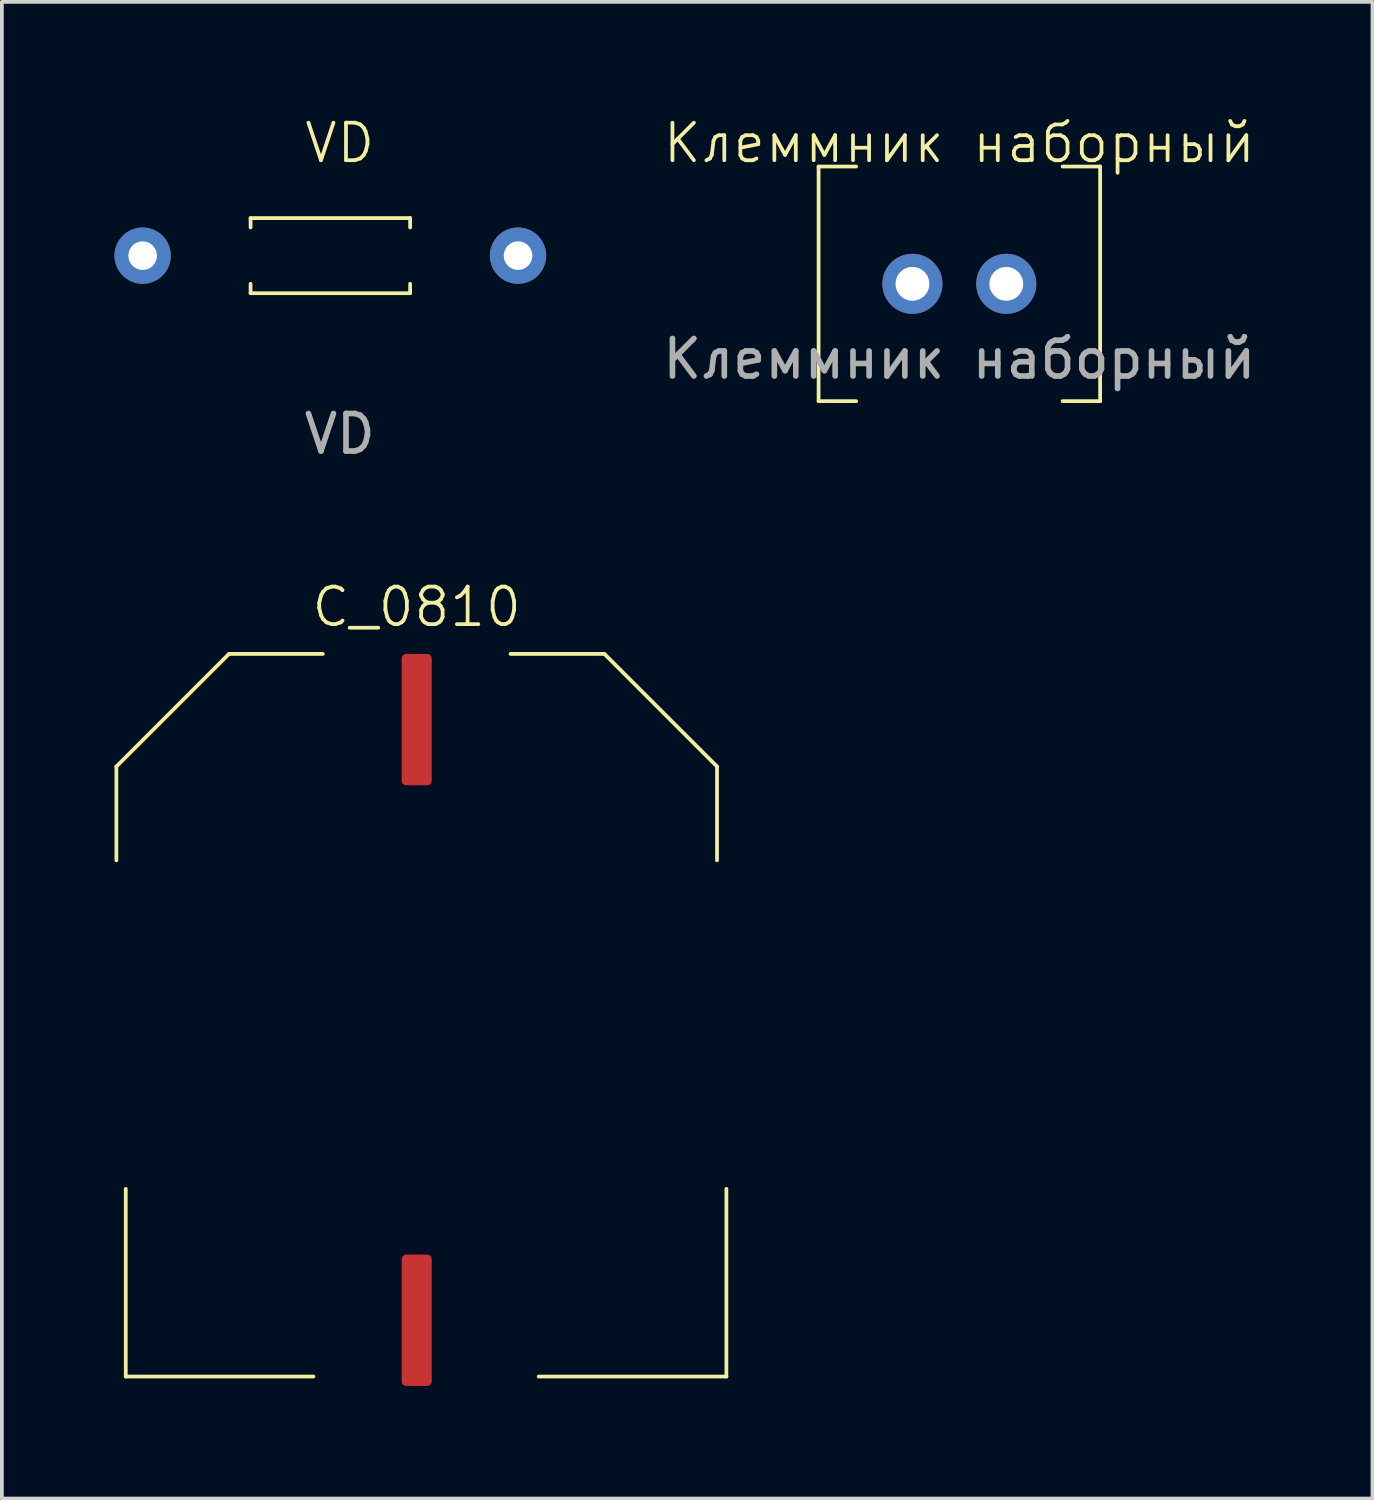
<source format=kicad_pcb>
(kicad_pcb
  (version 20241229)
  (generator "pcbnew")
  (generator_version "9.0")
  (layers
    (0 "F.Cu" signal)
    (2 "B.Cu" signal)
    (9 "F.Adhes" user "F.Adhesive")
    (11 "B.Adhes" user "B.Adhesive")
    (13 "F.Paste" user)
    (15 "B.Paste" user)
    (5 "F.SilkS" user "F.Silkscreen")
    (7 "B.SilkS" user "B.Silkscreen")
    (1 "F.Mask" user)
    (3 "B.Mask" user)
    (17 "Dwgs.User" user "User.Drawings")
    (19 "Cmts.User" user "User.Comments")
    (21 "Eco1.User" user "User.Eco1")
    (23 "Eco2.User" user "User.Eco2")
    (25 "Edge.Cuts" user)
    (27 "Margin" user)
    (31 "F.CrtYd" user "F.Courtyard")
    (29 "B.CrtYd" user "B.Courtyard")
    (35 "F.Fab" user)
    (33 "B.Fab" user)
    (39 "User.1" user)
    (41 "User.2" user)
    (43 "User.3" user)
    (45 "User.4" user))
  (footprint "VD"
    (layer "F.Cu")
    (at 6 3.76)
    (property "Reference" "VD" (at 0 -3 0) (unlocked yes) (layer "F.SilkS") (effects (font (size 1 1) (thickness 0.1))))
    (attr smd)
    (fp_line (start -2.375 -1) (end -2.375 -0.75) (stroke (width 0.1) (type default)) (layer "F.SilkS"))
    (fp_line (start -2.375 0.75) (end -2.375 1) (stroke (width 0.1) (type default)) (layer "F.SilkS"))
    (fp_line (start -2.375 1) (end 1.875 1) (stroke (width 0.1) (type default)) (layer "F.SilkS"))
    (fp_line (start 1.875 -1) (end -2.375 -1) (stroke (width 0.1) (type default)) (layer "F.SilkS"))
    (fp_line (start 1.875 -0.75) (end 1.875 -1) (stroke (width 0.1) (type default)) (layer "F.SilkS"))
    (fp_line (start 1.875 1) (end 1.875 0.75) (stroke (width 0.1) (type default)) (layer "F.SilkS"))
    (fp_text user "${REFERENCE}" (at 0 4.75 0) (unlocked yes) (layer "F.Fab") (effects (font (size 1 1) (thickness 0.15))))
    (pad "1" thru_hole circle (at -5.25 0) (size 1.5 1.5) (drill 0.762) (layers "*.Cu" "*.Mask"))
    (pad "2" thru_hole circle (at 4.75 0) (size 1.5 1.5) (drill 0.762) (layers "*.Cu" "*.Mask")))
  (footprint "Клеммник наборный"
    (layer "F.Cu")
    (at 22.506 4.511)
    (property "Reference" "Клеммник наборный" (at 0 -3.75 0) (unlocked yes) (layer "F.SilkS") (effects (font (size 1 1) (thickness 0.1))))
    (attr smd)
    (fp_line (start -3.75 -3.125) (end -3.75 3.125) (stroke (width 0.1) (type default)) (layer "F.SilkS"))
    (fp_line (start -3.75 -3.125) (end -2.75 -3.125) (stroke (width 0.1) (type default)) (layer "F.SilkS"))
    (fp_line (start -3.75 3.125) (end -2.75 3.125) (stroke (width 0.1) (type default)) (layer "F.SilkS"))
    (fp_line (start 3.75 -3.125) (end 2.75 -3.125) (stroke (width 0.1) (type default)) (layer "F.SilkS"))
    (fp_line (start 3.75 3.125) (end 2.75 3.125) (stroke (width 0.1) (type default)) (layer "F.SilkS"))
    (fp_line (start 3.75 3.125) (end 3.75 -3.125) (stroke (width 0.1) (type default)) (layer "F.SilkS"))
    (fp_text user "${REFERENCE}" (at 0 2 0) (unlocked yes) (layer "F.Fab") (effects (font (size 1 1) (thickness 0.15))))
    (pad "1" thru_hole circle (at -1.25 0) (size 1.6 1.6) (drill 0.9) (layers "*.Cu" "*.Mask"))
    (pad "2" thru_hole circle (at 1.25 0) (size 1.6 1.6) (drill 0.9) (layers "*.Cu" "*.Mask")))
  (footprint "С_0810"
    (layer "F.Cu")
    (at 8.05 24.119)
    (property "Reference" "С_0810" (at 0 -11 0) (unlocked yes) (layer "F.SilkS") (effects (font (size 1 1) (thickness 0.1))))
    (attr smd)
    (fp_line (start -8 -6.75) (end -8 -4.25) (stroke (width 0.1) (type default)) (layer "F.SilkS"))
    (fp_line (start -8 -6.75) (end -5 -9.75) (stroke (width 0.1) (type default)) (layer "F.SilkS"))
    (fp_line (start -7.75 4.5) (end -7.75 9.5) (stroke (width 0.1) (type default)) (layer "F.SilkS"))
    (fp_line (start -7.75 9.5) (end -2.75 9.5) (stroke (width 0.1) (type default)) (layer "F.SilkS"))
    (fp_line (start -5 -9.75) (end -2.5 -9.75) (stroke (width 0.1) (type default)) (layer "F.SilkS"))
    (fp_line (start 3.25 9.5) (end 8.25 9.5) (stroke (width 0.1) (type default)) (layer "F.SilkS"))
    (fp_line (start 5 -9.75) (end 2.5 -9.75) (stroke (width 0.1) (type default)) (layer "F.SilkS"))
    (fp_line (start 5 -9.75) (end 8 -6.75) (stroke (width 0.1) (type default)) (layer "F.SilkS"))
    (fp_line (start 8 -6.75) (end 8 -4.25) (stroke (width 0.1) (type default)) (layer "F.SilkS"))
    (fp_line (start 8.25 9.5) (end 8.25 4.5) (stroke (width 0.1) (type default)) (layer "F.SilkS"))
    (pad "1" smd roundrect (at 0 8 180) (size 0.8 3.5) (layers "F.Cu" "F.Mask" "F.Paste") (roundrect_rratio 0.15))
    (pad "2" smd roundrect (at 0 -8 180) (size 0.8 3.5) (layers "F.Cu" "F.Mask" "F.Paste") (roundrect_rratio 0.15)))
  (gr_rect
    (start -3 -3)
    (end 33.512 36.869)
    (stroke (width 0.1) (type default))
    (fill no)
    (layer "Edge.Cuts")))
</source>
